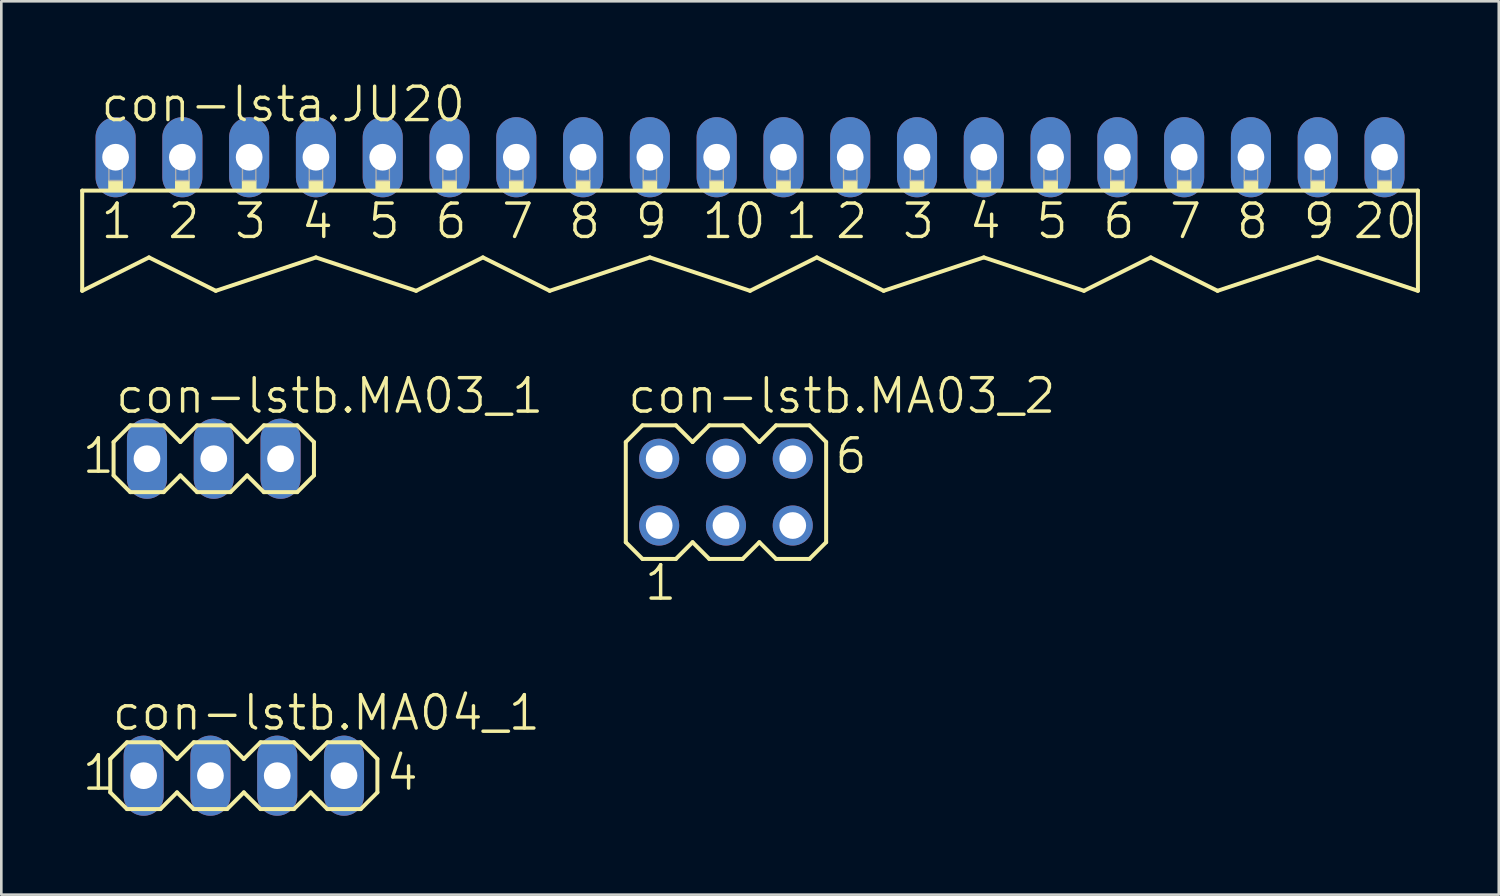
<source format=kicad_pcb>
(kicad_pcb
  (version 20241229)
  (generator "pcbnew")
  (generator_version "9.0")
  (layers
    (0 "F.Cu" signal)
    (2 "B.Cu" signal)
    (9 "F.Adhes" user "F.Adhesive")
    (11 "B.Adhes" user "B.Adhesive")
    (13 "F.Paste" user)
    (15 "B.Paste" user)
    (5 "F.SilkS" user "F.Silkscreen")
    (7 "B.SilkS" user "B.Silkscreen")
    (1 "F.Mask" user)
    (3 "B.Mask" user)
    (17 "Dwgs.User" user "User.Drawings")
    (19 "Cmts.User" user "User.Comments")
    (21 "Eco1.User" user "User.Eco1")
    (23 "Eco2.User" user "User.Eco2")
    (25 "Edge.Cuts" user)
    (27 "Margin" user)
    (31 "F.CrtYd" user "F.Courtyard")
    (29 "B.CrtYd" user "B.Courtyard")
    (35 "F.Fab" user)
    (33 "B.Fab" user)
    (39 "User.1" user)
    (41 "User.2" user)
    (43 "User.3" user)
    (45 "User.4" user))
  (footprint "con-lstb.MA04_1"
    (layer "F.Cu")
    (at 6.223 26.451)
    (property "Reference" "con-lstb.MA04_1" (at -5.08 -1.651 0) (layer "F.SilkS") (effects (font (size 1.27 1.27) (thickness 0.13)) (justify left bottom)))
    (attr through_hole)
    (fp_line (start -5.08 -0.635) (end -5.08 0.635) (stroke (width 0.152) (type default)) (layer "F.SilkS"))
    (fp_line (start -5.08 0.635) (end -4.445 1.27) (stroke (width 0.152) (type default)) (layer "F.SilkS"))
    (fp_line (start -4.445 -1.27) (end -5.08 -0.635) (stroke (width 0.152) (type default)) (layer "F.SilkS"))
    (fp_line (start -4.445 -1.27) (end -3.175 -1.27) (stroke (width 0.152) (type default)) (layer "F.SilkS"))
    (fp_line (start -3.175 -1.27) (end -2.54 -0.635) (stroke (width 0.152) (type default)) (layer "F.SilkS"))
    (fp_line (start -3.175 1.27) (end -4.445 1.27) (stroke (width 0.152) (type default)) (layer "F.SilkS"))
    (fp_line (start -2.54 -0.635) (end -1.905 -1.27) (stroke (width 0.152) (type default)) (layer "F.SilkS"))
    (fp_line (start -2.54 0.635) (end -3.175 1.27) (stroke (width 0.152) (type default)) (layer "F.SilkS"))
    (fp_line (start -1.905 -1.27) (end -0.635 -1.27) (stroke (width 0.152) (type default)) (layer "F.SilkS"))
    (fp_line (start -1.905 1.27) (end -2.54 0.635) (stroke (width 0.152) (type default)) (layer "F.SilkS"))
    (fp_line (start -0.635 -1.27) (end 0 -0.635) (stroke (width 0.152) (type default)) (layer "F.SilkS"))
    (fp_line (start -0.635 1.27) (end -1.905 1.27) (stroke (width 0.152) (type default)) (layer "F.SilkS"))
    (fp_line (start 0 -0.635) (end 0.635 -1.27) (stroke (width 0.152) (type default)) (layer "F.SilkS"))
    (fp_line (start 0 0.635) (end -0.635 1.27) (stroke (width 0.152) (type default)) (layer "F.SilkS"))
    (fp_line (start 0.635 -1.27) (end 1.905 -1.27) (stroke (width 0.152) (type default)) (layer "F.SilkS"))
    (fp_line (start 0.635 1.27) (end 0 0.635) (stroke (width 0.152) (type default)) (layer "F.SilkS"))
    (fp_line (start 1.905 -1.27) (end 2.54 -0.635) (stroke (width 0.152) (type default)) (layer "F.SilkS"))
    (fp_line (start 1.905 1.27) (end 0.635 1.27) (stroke (width 0.152) (type default)) (layer "F.SilkS"))
    (fp_line (start 2.54 0.635) (end 1.905 1.27) (stroke (width 0.152) (type default)) (layer "F.SilkS"))
    (fp_line (start 2.54 0.635) (end 3.175 1.27) (stroke (width 0.152) (type default)) (layer "F.SilkS"))
    (fp_line (start 3.175 -1.27) (end 2.54 -0.635) (stroke (width 0.152) (type default)) (layer "F.SilkS"))
    (fp_line (start 3.175 -1.27) (end 4.445 -1.27) (stroke (width 0.152) (type default)) (layer "F.SilkS"))
    (fp_line (start 4.445 -1.27) (end 5.08 -0.635) (stroke (width 0.152) (type default)) (layer "F.SilkS"))
    (fp_line (start 4.445 1.27) (end 3.175 1.27) (stroke (width 0.152) (type default)) (layer "F.SilkS"))
    (fp_line (start 5.08 -0.635) (end 5.08 0.635) (stroke (width 0.152) (type default)) (layer "F.SilkS"))
    (fp_line (start 5.08 0.635) (end 4.445 1.27) (stroke (width 0.152) (type default)) (layer "F.SilkS"))
    (fp_rect (start -4.064 0.254) (end -3.556 -0.254) (stroke (width 0.05) (type default)) (fill no) (layer "F.Fab"))
    (fp_rect (start -1.524 0.254) (end -1.016 -0.254) (stroke (width 0.05) (type default)) (fill no) (layer "F.Fab"))
    (fp_rect (start 1.016 0.254) (end 1.524 -0.254) (stroke (width 0.05) (type default)) (fill no) (layer "F.Fab"))
    (fp_rect (start 3.556 0.254) (end 4.064 -0.254) (stroke (width 0.05) (type default)) (fill no) (layer "F.Fab"))
    (fp_text user "1" (at -6.223 0.635 0) (layer "F.SilkS") (effects (font (size 1.27 1.27) (thickness 0.13)) (justify left bottom)))
    (fp_text user "4" (at 5.334 0.635 0) (layer "F.SilkS") (effects (font (size 1.27 1.27) (thickness 0.13)) (justify left bottom)))
    (pad "1" thru_hole oval (at -3.81 0 90) (size 3.048 1.524) (drill 1.016) (layers "*.Cu" "*.Mask"))
    (pad "2" thru_hole oval (at -1.27 0 90) (size 3.048 1.524) (drill 1.016) (layers "*.Cu" "*.Mask"))
    (pad "3" thru_hole oval (at 1.27 0 90) (size 3.048 1.524) (drill 1.016) (layers "*.Cu" "*.Mask"))
    (pad "4" thru_hole oval (at 3.81 0 90) (size 3.048 1.524) (drill 1.016) (layers "*.Cu" "*.Mask")))
  (footprint "con-lstb.MA03_1"
    (layer "F.Cu")
    (at 5.08 14.397)
    (property "Reference" "con-lstb.MA03_1" (at -3.81 -1.651 0) (layer "F.SilkS") (effects (font (size 1.27 1.27) (thickness 0.13)) (justify left bottom)))
    (attr through_hole)
    (fp_line (start -3.81 -0.635) (end -3.81 0.635) (stroke (width 0.152) (type default)) (layer "F.SilkS"))
    (fp_line (start -3.81 0.635) (end -3.175 1.27) (stroke (width 0.152) (type default)) (layer "F.SilkS"))
    (fp_line (start -3.175 -1.27) (end -3.81 -0.635) (stroke (width 0.152) (type default)) (layer "F.SilkS"))
    (fp_line (start -3.175 -1.27) (end -1.905 -1.27) (stroke (width 0.152) (type default)) (layer "F.SilkS"))
    (fp_line (start -1.905 -1.27) (end -1.27 -0.635) (stroke (width 0.152) (type default)) (layer "F.SilkS"))
    (fp_line (start -1.905 1.27) (end -3.175 1.27) (stroke (width 0.152) (type default)) (layer "F.SilkS"))
    (fp_line (start -1.27 -0.635) (end -0.635 -1.27) (stroke (width 0.152) (type default)) (layer "F.SilkS"))
    (fp_line (start -1.27 0.635) (end -1.905 1.27) (stroke (width 0.152) (type default)) (layer "F.SilkS"))
    (fp_line (start -0.635 -1.27) (end 0.635 -1.27) (stroke (width 0.152) (type default)) (layer "F.SilkS"))
    (fp_line (start -0.635 1.27) (end -1.27 0.635) (stroke (width 0.152) (type default)) (layer "F.SilkS"))
    (fp_line (start 0.635 -1.27) (end 1.27 -0.635) (stroke (width 0.152) (type default)) (layer "F.SilkS"))
    (fp_line (start 0.635 1.27) (end -0.635 1.27) (stroke (width 0.152) (type default)) (layer "F.SilkS"))
    (fp_line (start 1.27 -0.635) (end 1.905 -1.27) (stroke (width 0.152) (type default)) (layer "F.SilkS"))
    (fp_line (start 1.27 0.635) (end 0.635 1.27) (stroke (width 0.152) (type default)) (layer "F.SilkS"))
    (fp_line (start 1.905 -1.27) (end 3.175 -1.27) (stroke (width 0.152) (type default)) (layer "F.SilkS"))
    (fp_line (start 1.905 1.27) (end 1.27 0.635) (stroke (width 0.152) (type default)) (layer "F.SilkS"))
    (fp_line (start 3.175 -1.27) (end 3.81 -0.635) (stroke (width 0.152) (type default)) (layer "F.SilkS"))
    (fp_line (start 3.175 1.27) (end 1.905 1.27) (stroke (width 0.152) (type default)) (layer "F.SilkS"))
    (fp_line (start 3.81 -0.635) (end 3.81 0.635) (stroke (width 0.152) (type default)) (layer "F.SilkS"))
    (fp_line (start 3.81 0.635) (end 3.175 1.27) (stroke (width 0.152) (type default)) (layer "F.SilkS"))
    (fp_rect (start -2.794 0.254) (end -2.286 -0.254) (stroke (width 0.05) (type default)) (fill no) (layer "F.Fab"))
    (fp_rect (start -0.254 0.254) (end 0.254 -0.254) (stroke (width 0.05) (type default)) (fill no) (layer "F.Fab"))
    (fp_rect (start 2.286 0.254) (end 2.794 -0.254) (stroke (width 0.05) (type default)) (fill no) (layer "F.Fab"))
    (fp_text user "1" (at -5.08 0.635 0) (layer "F.SilkS") (effects (font (size 1.27 1.27) (thickness 0.13)) (justify left bottom)))
    (pad "1" thru_hole oval (at -2.54 0 90) (size 3.048 1.524) (drill 1.016) (layers "*.Cu" "*.Mask"))
    (pad "2" thru_hole oval (at 0 0 90) (size 3.048 1.524) (drill 1.016) (layers "*.Cu" "*.Mask"))
    (pad "3" thru_hole oval (at 2.54 0 90) (size 3.048 1.524) (drill 1.016) (layers "*.Cu" "*.Mask")))
  (footprint "con-lstb.MA03_2"
    (layer "F.Cu")
    (at 24.56 15.667)
    (property "Reference" "con-lstb.MA03_2" (at -3.81 -2.921 0) (layer "F.SilkS") (effects (font (size 1.27 1.27) (thickness 0.13)) (justify left bottom)))
    (attr through_hole)
    (fp_line (start -3.81 -1.905) (end -3.81 1.905) (stroke (width 0.152) (type default)) (layer "F.SilkS"))
    (fp_line (start -3.81 1.905) (end -3.175 2.54) (stroke (width 0.152) (type default)) (layer "F.SilkS"))
    (fp_line (start -3.175 -2.54) (end -3.81 -1.905) (stroke (width 0.152) (type default)) (layer "F.SilkS"))
    (fp_line (start -3.175 -2.54) (end -1.905 -2.54) (stroke (width 0.152) (type default)) (layer "F.SilkS"))
    (fp_line (start -1.905 -2.54) (end -1.27 -1.905) (stroke (width 0.152) (type default)) (layer "F.SilkS"))
    (fp_line (start -1.905 2.54) (end -3.175 2.54) (stroke (width 0.152) (type default)) (layer "F.SilkS"))
    (fp_line (start -1.27 -1.905) (end -0.635 -2.54) (stroke (width 0.152) (type default)) (layer "F.SilkS"))
    (fp_line (start -1.27 1.905) (end -1.905 2.54) (stroke (width 0.152) (type default)) (layer "F.SilkS"))
    (fp_line (start -0.635 -2.54) (end 0.635 -2.54) (stroke (width 0.152) (type default)) (layer "F.SilkS"))
    (fp_line (start -0.635 2.54) (end -1.27 1.905) (stroke (width 0.152) (type default)) (layer "F.SilkS"))
    (fp_line (start 0.635 -2.54) (end 1.27 -1.905) (stroke (width 0.152) (type default)) (layer "F.SilkS"))
    (fp_line (start 0.635 2.54) (end -0.635 2.54) (stroke (width 0.152) (type default)) (layer "F.SilkS"))
    (fp_line (start 1.27 -1.905) (end 1.905 -2.54) (stroke (width 0.152) (type default)) (layer "F.SilkS"))
    (fp_line (start 1.27 1.905) (end 0.635 2.54) (stroke (width 0.152) (type default)) (layer "F.SilkS"))
    (fp_line (start 1.905 -2.54) (end 3.175 -2.54) (stroke (width 0.152) (type default)) (layer "F.SilkS"))
    (fp_line (start 1.905 2.54) (end 1.27 1.905) (stroke (width 0.152) (type default)) (layer "F.SilkS"))
    (fp_line (start 3.175 -2.54) (end 3.81 -1.905) (stroke (width 0.152) (type default)) (layer "F.SilkS"))
    (fp_line (start 3.175 2.54) (end 1.905 2.54) (stroke (width 0.152) (type default)) (layer "F.SilkS"))
    (fp_line (start 3.81 -1.905) (end 3.81 1.905) (stroke (width 0.152) (type default)) (layer "F.SilkS"))
    (fp_line (start 3.81 1.905) (end 3.175 2.54) (stroke (width 0.152) (type default)) (layer "F.SilkS"))
    (fp_rect (start -2.794 -1.016) (end -2.286 -1.524) (stroke (width 0.05) (type default)) (fill no) (layer "F.Fab"))
    (fp_rect (start -2.794 1.524) (end -2.286 1.016) (stroke (width 0.05) (type default)) (fill no) (layer "F.Fab"))
    (fp_rect (start -0.254 -1.016) (end 0.254 -1.524) (stroke (width 0.05) (type default)) (fill no) (layer "F.Fab"))
    (fp_rect (start -0.254 1.524) (end 0.254 1.016) (stroke (width 0.05) (type default)) (fill no) (layer "F.Fab"))
    (fp_rect (start 2.286 -1.016) (end 2.794 -1.524) (stroke (width 0.05) (type default)) (fill no) (layer "F.Fab"))
    (fp_rect (start 2.286 1.524) (end 2.794 1.016) (stroke (width 0.05) (type default)) (fill no) (layer "F.Fab"))
    (fp_text user "6" (at 4.064 -0.635 0) (layer "F.SilkS") (effects (font (size 1.27 1.27) (thickness 0.13)) (justify left bottom)))
    (fp_text user "1" (at -3.175 4.191 0) (layer "F.SilkS") (effects (font (size 1.27 1.27) (thickness 0.13)) (justify left bottom)))
    (pad "1" thru_hole circle (at -2.54 1.27) (size 1.524 1.524) (drill 1.016) (layers "*.Cu" "*.Mask"))
    (pad "2" thru_hole circle (at -2.54 -1.27) (size 1.524 1.524) (drill 1.016) (layers "*.Cu" "*.Mask"))
    (pad "3" thru_hole circle (at 0 1.27) (size 1.524 1.524) (drill 1.016) (layers "*.Cu" "*.Mask"))
    (pad "4" thru_hole circle (at 0 -1.27) (size 1.524 1.524) (drill 1.016) (layers "*.Cu" "*.Mask"))
    (pad "5" thru_hole circle (at 2.54 1.27) (size 1.524 1.524) (drill 1.016) (layers "*.Cu" "*.Mask"))
    (pad "6" thru_hole circle (at 2.54 -1.27) (size 1.524 1.524) (drill 1.016) (layers "*.Cu" "*.Mask")))
  (footprint "con-lsta.JU20"
    (layer "F.Cu")
    (at 25.476 2.93)
    (property "Reference" "con-lsta.JU20" (at -24.765 -1.27 0) (layer "F.SilkS") (effects (font (size 1.27 1.27) (thickness 0.13)) (justify left bottom)))
    (attr through_hole)
    (fp_line (start -25.4 1.27) (end -25.4 5.08) (stroke (width 0.152) (type default)) (layer "F.SilkS"))
    (fp_line (start -22.86 3.81) (end -25.4 5.08) (stroke (width 0.152) (type default)) (layer "F.SilkS"))
    (fp_line (start -20.32 5.08) (end -22.86 3.81) (stroke (width 0.152) (type default)) (layer "F.SilkS"))
    (fp_line (start -16.51 3.81) (end -20.32 5.08) (stroke (width 0.152) (type default)) (layer "F.SilkS"))
    (fp_line (start -12.7 5.08) (end -16.51 3.81) (stroke (width 0.152) (type default)) (layer "F.SilkS"))
    (fp_line (start -10.16 3.81) (end -12.7 5.08) (stroke (width 0.152) (type default)) (layer "F.SilkS"))
    (fp_line (start -7.62 5.08) (end -10.16 3.81) (stroke (width 0.152) (type default)) (layer "F.SilkS"))
    (fp_line (start -3.81 3.81) (end -7.62 5.08) (stroke (width 0.152) (type default)) (layer "F.SilkS"))
    (fp_line (start 0 5.08) (end -3.81 3.81) (stroke (width 0.152) (type default)) (layer "F.SilkS"))
    (fp_line (start 2.54 3.81) (end 0 5.08) (stroke (width 0.152) (type default)) (layer "F.SilkS"))
    (fp_line (start 5.08 5.08) (end 2.54 3.81) (stroke (width 0.152) (type default)) (layer "F.SilkS"))
    (fp_line (start 8.89 3.81) (end 5.08 5.08) (stroke (width 0.152) (type default)) (layer "F.SilkS"))
    (fp_line (start 12.7 5.08) (end 8.89 3.81) (stroke (width 0.152) (type default)) (layer "F.SilkS"))
    (fp_line (start 15.24 3.81) (end 12.7 5.08) (stroke (width 0.152) (type default)) (layer "F.SilkS"))
    (fp_line (start 17.78 5.08) (end 15.24 3.81) (stroke (width 0.152) (type default)) (layer "F.SilkS"))
    (fp_line (start 21.59 3.81) (end 17.78 5.08) (stroke (width 0.152) (type default)) (layer "F.SilkS"))
    (fp_line (start 25.4 1.27) (end -25.4 1.27) (stroke (width 0.152) (type default)) (layer "F.SilkS"))
    (fp_line (start 25.4 1.27) (end 25.4 5.08) (stroke (width 0.152) (type default)) (layer "F.SilkS"))
    (fp_line (start 25.4 5.08) (end 21.59 3.81) (stroke (width 0.152) (type default)) (layer "F.SilkS"))
    (fp_rect (start -24.384 1.27) (end -23.876 0.889) (stroke (width 0.05) (type default)) (fill yes) (layer "F.SilkS"))
    (fp_rect (start -21.844 1.27) (end -21.336 0.889) (stroke (width 0.05) (type default)) (fill yes) (layer "F.SilkS"))
    (fp_rect (start -19.304 1.27) (end -18.796 0.889) (stroke (width 0.05) (type default)) (fill yes) (layer "F.SilkS"))
    (fp_rect (start -16.764 1.27) (end -16.256 0.889) (stroke (width 0.05) (type default)) (fill yes) (layer "F.SilkS"))
    (fp_rect (start -14.224 1.27) (end -13.716 0.889) (stroke (width 0.05) (type default)) (fill yes) (layer "F.SilkS"))
    (fp_rect (start -11.684 1.27) (end -11.176 0.889) (stroke (width 0.05) (type default)) (fill yes) (layer "F.SilkS"))
    (fp_rect (start -9.144 1.27) (end -8.636 0.889) (stroke (width 0.05) (type default)) (fill yes) (layer "F.SilkS"))
    (fp_rect (start -6.604 1.27) (end -6.096 0.889) (stroke (width 0.05) (type default)) (fill yes) (layer "F.SilkS"))
    (fp_rect (start -4.064 1.27) (end -3.556 0.889) (stroke (width 0.05) (type default)) (fill yes) (layer "F.SilkS"))
    (fp_rect (start -1.524 1.27) (end -1.016 0.889) (stroke (width 0.05) (type default)) (fill yes) (layer "F.SilkS"))
    (fp_rect (start 1.016 1.27) (end 1.524 0.889) (stroke (width 0.05) (type default)) (fill yes) (layer "F.SilkS"))
    (fp_rect (start 3.556 1.27) (end 4.064 0.889) (stroke (width 0.05) (type default)) (fill yes) (layer "F.SilkS"))
    (fp_rect (start 6.096 1.27) (end 6.604 0.889) (stroke (width 0.05) (type default)) (fill yes) (layer "F.SilkS"))
    (fp_rect (start 8.636 1.27) (end 9.144 0.889) (stroke (width 0.05) (type default)) (fill yes) (layer "F.SilkS"))
    (fp_rect (start 11.176 1.27) (end 11.684 0.889) (stroke (width 0.05) (type default)) (fill yes) (layer "F.SilkS"))
    (fp_rect (start 13.716 1.27) (end 14.224 0.889) (stroke (width 0.05) (type default)) (fill yes) (layer "F.SilkS"))
    (fp_rect (start 16.256 1.27) (end 16.764 0.889) (stroke (width 0.05) (type default)) (fill yes) (layer "F.SilkS"))
    (fp_rect (start 18.796 1.27) (end 19.304 0.889) (stroke (width 0.05) (type default)) (fill yes) (layer "F.SilkS"))
    (fp_rect (start 21.336 1.27) (end 21.844 0.889) (stroke (width 0.05) (type default)) (fill yes) (layer "F.SilkS"))
    (fp_rect (start 23.876 1.27) (end 24.384 0.889) (stroke (width 0.05) (type default)) (fill yes) (layer "F.SilkS"))
    (fp_rect (start -24.384 0.889) (end -23.876 -0.254) (stroke (width 0.05) (type default)) (fill no) (layer "F.Fab"))
    (fp_rect (start -21.844 0.889) (end -21.336 -0.254) (stroke (width 0.05) (type default)) (fill no) (layer "F.Fab"))
    (fp_rect (start -19.304 0.889) (end -18.796 -0.254) (stroke (width 0.05) (type default)) (fill no) (layer "F.Fab"))
    (fp_rect (start -16.764 0.889) (end -16.256 -0.254) (stroke (width 0.05) (type default)) (fill no) (layer "F.Fab"))
    (fp_rect (start -14.224 0.889) (end -13.716 -0.254) (stroke (width 0.05) (type default)) (fill no) (layer "F.Fab"))
    (fp_rect (start -11.684 0.889) (end -11.176 -0.254) (stroke (width 0.05) (type default)) (fill no) (layer "F.Fab"))
    (fp_rect (start -9.144 0.889) (end -8.636 -0.254) (stroke (width 0.05) (type default)) (fill no) (layer "F.Fab"))
    (fp_rect (start -6.604 0.889) (end -6.096 -0.254) (stroke (width 0.05) (type default)) (fill no) (layer "F.Fab"))
    (fp_rect (start -4.064 0.889) (end -3.556 -0.254) (stroke (width 0.05) (type default)) (fill no) (layer "F.Fab"))
    (fp_rect (start -1.524 0.889) (end -1.016 -0.254) (stroke (width 0.05) (type default)) (fill no) (layer "F.Fab"))
    (fp_rect (start 1.016 0.889) (end 1.524 -0.254) (stroke (width 0.05) (type default)) (fill no) (layer "F.Fab"))
    (fp_rect (start 3.556 0.889) (end 4.064 -0.254) (stroke (width 0.05) (type default)) (fill no) (layer "F.Fab"))
    (fp_rect (start 6.096 0.889) (end 6.604 -0.254) (stroke (width 0.05) (type default)) (fill no) (layer "F.Fab"))
    (fp_rect (start 8.636 0.889) (end 9.144 -0.254) (stroke (width 0.05) (type default)) (fill no) (layer "F.Fab"))
    (fp_rect (start 11.176 0.889) (end 11.684 -0.254) (stroke (width 0.05) (type default)) (fill no) (layer "F.Fab"))
    (fp_rect (start 13.716 0.889) (end 14.224 -0.254) (stroke (width 0.05) (type default)) (fill no) (layer "F.Fab"))
    (fp_rect (start 16.256 0.889) (end 16.764 -0.254) (stroke (width 0.05) (type default)) (fill no) (layer "F.Fab"))
    (fp_rect (start 18.796 0.889) (end 19.304 -0.254) (stroke (width 0.05) (type default)) (fill no) (layer "F.Fab"))
    (fp_rect (start 21.336 0.889) (end 21.844 -0.254) (stroke (width 0.05) (type default)) (fill no) (layer "F.Fab"))
    (fp_rect (start 23.876 0.889) (end 24.384 -0.254) (stroke (width 0.05) (type default)) (fill no) (layer "F.Fab"))
    (fp_text user "5" (at -14.605 3.175 0) (layer "F.SilkS") (effects (font (size 1.27 1.27) (thickness 0.13)) (justify left bottom)))
    (fp_text user "4" (at -17.145 3.175 0) (layer "F.SilkS") (effects (font (size 1.27 1.27) (thickness 0.13)) (justify left bottom)))
    (fp_text user "9" (at -4.445 3.175 0) (layer "F.SilkS") (effects (font (size 1.27 1.27) (thickness 0.13)) (justify left bottom)))
    (fp_text user "7" (at -9.525 3.175 0) (layer "F.SilkS") (effects (font (size 1.27 1.27) (thickness 0.13)) (justify left bottom)))
    (fp_text user "1 " (at 1.27 3.175 0) (layer "F.SilkS") (effects (font (size 1.27 1.27) (thickness 0.13)) (justify left bottom)))
    (fp_text user "6 " (at 13.335 3.175 0) (layer "F.SilkS") (effects (font (size 1.27 1.27) (thickness 0.13)) (justify left bottom)))
    (fp_text user "8" (at -6.985 3.175 0) (layer "F.SilkS") (effects (font (size 1.27 1.27) (thickness 0.13)) (justify left bottom)))
    (fp_text user "5 " (at 10.795 3.175 0) (layer "F.SilkS") (effects (font (size 1.27 1.27) (thickness 0.13)) (justify left bottom)))
    (fp_text user "6" (at -12.065 3.175 0) (layer "F.SilkS") (effects (font (size 1.27 1.27) (thickness 0.13)) (justify left bottom)))
    (fp_text user "8 " (at 18.415 3.175 0) (layer "F.SilkS") (effects (font (size 1.27 1.27) (thickness 0.13)) (justify left bottom)))
    (fp_text user "3" (at -19.685 3.175 0) (layer "F.SilkS") (effects (font (size 1.27 1.27) (thickness 0.13)) (justify left bottom)))
    (fp_text user "9 " (at 20.955 3.175 0) (layer "F.SilkS") (effects (font (size 1.27 1.27) (thickness 0.13)) (justify left bottom)))
    (fp_text user "20" (at 22.86 3.175 0) (layer "F.SilkS") (effects (font (size 1.27 1.27) (thickness 0.13)) (justify left bottom)))
    (fp_text user "4 " (at 8.255 3.175 0) (layer "F.SilkS") (effects (font (size 1.27 1.27) (thickness 0.13)) (justify left bottom)))
    (fp_text user "7 " (at 15.875 3.175 0) (layer "F.SilkS") (effects (font (size 1.27 1.27) (thickness 0.13)) (justify left bottom)))
    (fp_text user "2 " (at 3.175 3.175 0) (layer "F.SilkS") (effects (font (size 1.27 1.27) (thickness 0.13)) (justify left bottom)))
    (fp_text user "1" (at -24.765 3.175 0) (layer "F.SilkS") (effects (font (size 1.27 1.27) (thickness 0.13)) (justify left bottom)))
    (fp_text user "3 " (at 5.715 3.175 0) (layer "F.SilkS") (effects (font (size 1.27 1.27) (thickness 0.13)) (justify left bottom)))
    (fp_text user "2" (at -22.225 3.175 0) (layer "F.SilkS") (effects (font (size 1.27 1.27) (thickness 0.13)) (justify left bottom)))
    (fp_text user "10" (at -1.905 3.175 0) (layer "F.SilkS") (effects (font (size 1.27 1.27) (thickness 0.13)) (justify left bottom)))
    (pad "1" thru_hole oval (at -24.13 0 90) (size 3.048 1.524) (drill 1.016) (layers "*.Cu" "*.Mask"))
    (pad "2" thru_hole oval (at -21.59 0 90) (size 3.048 1.524) (drill 1.016) (layers "*.Cu" "*.Mask"))
    (pad "3" thru_hole oval (at -19.05 0 90) (size 3.048 1.524) (drill 1.016) (layers "*.Cu" "*.Mask"))
    (pad "4" thru_hole oval (at -16.51 0 90) (size 3.048 1.524) (drill 1.016) (layers "*.Cu" "*.Mask"))
    (pad "5" thru_hole oval (at -13.97 0 90) (size 3.048 1.524) (drill 1.016) (layers "*.Cu" "*.Mask"))
    (pad "6" thru_hole oval (at -11.43 0 90) (size 3.048 1.524) (drill 1.016) (layers "*.Cu" "*.Mask"))
    (pad "7" thru_hole oval (at -8.89 0 90) (size 3.048 1.524) (drill 1.016) (layers "*.Cu" "*.Mask"))
    (pad "8" thru_hole oval (at -6.35 0 90) (size 3.048 1.524) (drill 1.016) (layers "*.Cu" "*.Mask"))
    (pad "9" thru_hole oval (at -3.81 0 90) (size 3.048 1.524) (drill 1.016) (layers "*.Cu" "*.Mask"))
    (pad "10" thru_hole oval (at -1.27 0 90) (size 3.048 1.524) (drill 1.016) (layers "*.Cu" "*.Mask"))
    (pad "11" thru_hole oval (at 1.27 0 90) (size 3.048 1.524) (drill 1.016) (layers "*.Cu" "*.Mask"))
    (pad "12" thru_hole oval (at 3.81 0 90) (size 3.048 1.524) (drill 1.016) (layers "*.Cu" "*.Mask"))
    (pad "13" thru_hole oval (at 6.35 0 90) (size 3.048 1.524) (drill 1.016) (layers "*.Cu" "*.Mask"))
    (pad "14" thru_hole oval (at 8.89 0 90) (size 3.048 1.524) (drill 1.016) (layers "*.Cu" "*.Mask"))
    (pad "15" thru_hole oval (at 11.43 0 90) (size 3.048 1.524) (drill 1.016) (layers "*.Cu" "*.Mask"))
    (pad "16" thru_hole oval (at 13.97 0 90) (size 3.048 1.524) (drill 1.016) (layers "*.Cu" "*.Mask"))
    (pad "17" thru_hole oval (at 16.51 0 90) (size 3.048 1.524) (drill 1.016) (layers "*.Cu" "*.Mask"))
    (pad "18" thru_hole oval (at 19.05 0 90) (size 3.048 1.524) (drill 1.016) (layers "*.Cu" "*.Mask"))
    (pad "19" thru_hole oval (at 21.59 0 90) (size 3.048 1.524) (drill 1.016) (layers "*.Cu" "*.Mask"))
    (pad "20" thru_hole oval (at 24.13 0 90) (size 3.048 1.524) (drill 1.016) (layers "*.Cu" "*.Mask")))
  (gr_rect
    (start -3 -3)
    (end 53.952 30.975)
    (stroke (width 0.1) (type default))
    (fill no)
    (layer "Edge.Cuts")))
</source>
